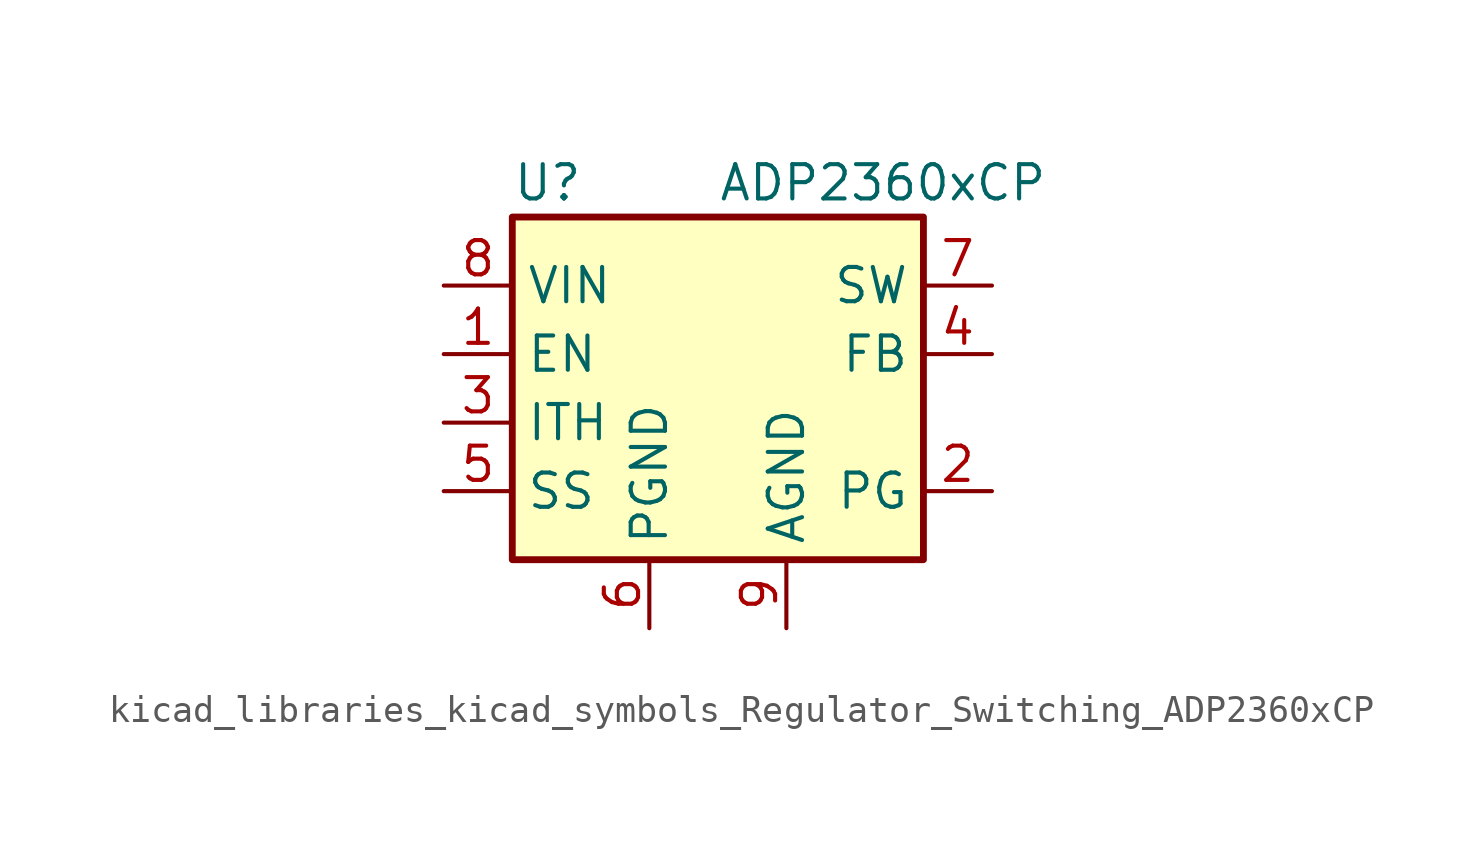
<source format=kicad_sym>
(kicad_symbol_lib
  (version 20220914)
  (generator kicad_symbol_editor)
  (symbol "kicad_libraries_kicad_symbols_Regulator_Switching_ADP2360xCP"
    (property "Reference" "U"
      (at -7.62 6.35 0)
      (effects (font (size 1.27 1.27)) (justify left)))
    (property "Value" "ADP2360xCP"
      (at 0 6.35 0)
      (effects (font (size 1.27 1.27)) (justify left)))
    (symbol "kicad_libraries_kicad_symbols_Regulator_Switching_ADP2360xCP_0_1"
      (rectangle (start -7.62 5.08) (end 7.62 -7.62) (stroke (width 0.254) (type default)) (fill (type background))))
    (symbol "kicad_libraries_kicad_symbols_Regulator_Switching_ADP2360xCP_1_1"
      (pin input line (at -10.16 0 0) (length 2.54) (name "EN" (effects (font (size 1.27 1.27)))) (number "1" (effects (font (size 1.27 1.27)))))
      (pin open_collector line (at 10.16 -5.08 180) (length 2.54) (name "PG" (effects (font (size 1.27 1.27)))) (number "2" (effects (font (size 1.27 1.27)))))
      (pin passive line (at -10.16 -2.54 0) (length 2.54) (name "ITH" (effects (font (size 1.27 1.27)))) (number "3" (effects (font (size 1.27 1.27)))))
      (pin input line (at 10.16 0 180) (length 2.54) (name "FB" (effects (font (size 1.27 1.27)))) (number "4" (effects (font (size 1.27 1.27)))))
      (pin passive line (at -10.16 -5.08 0) (length 2.54) (name "SS" (effects (font (size 1.27 1.27)))) (number "5" (effects (font (size 1.27 1.27)))))
      (pin power_in line (at -2.54 -10.16 90) (length 2.54) (name "PGND" (effects (font (size 1.27 1.27)))) (number "6" (effects (font (size 1.27 1.27)))))
      (pin power_out line (at 10.16 2.54 180) (length 2.54) (name "SW" (effects (font (size 1.27 1.27)))) (number "7" (effects (font (size 1.27 1.27)))))
      (pin power_in line (at -10.16 2.54 0) (length 2.54) (name "VIN" (effects (font (size 1.27 1.27)))) (number "8" (effects (font (size 1.27 1.27)))))
      (pin power_in line (at 2.54 -10.16 90) (length 2.54) (name "AGND" (effects (font (size 1.27 1.27)))) (number "9" (effects (font (size 1.27 1.27))))))))
</source>
